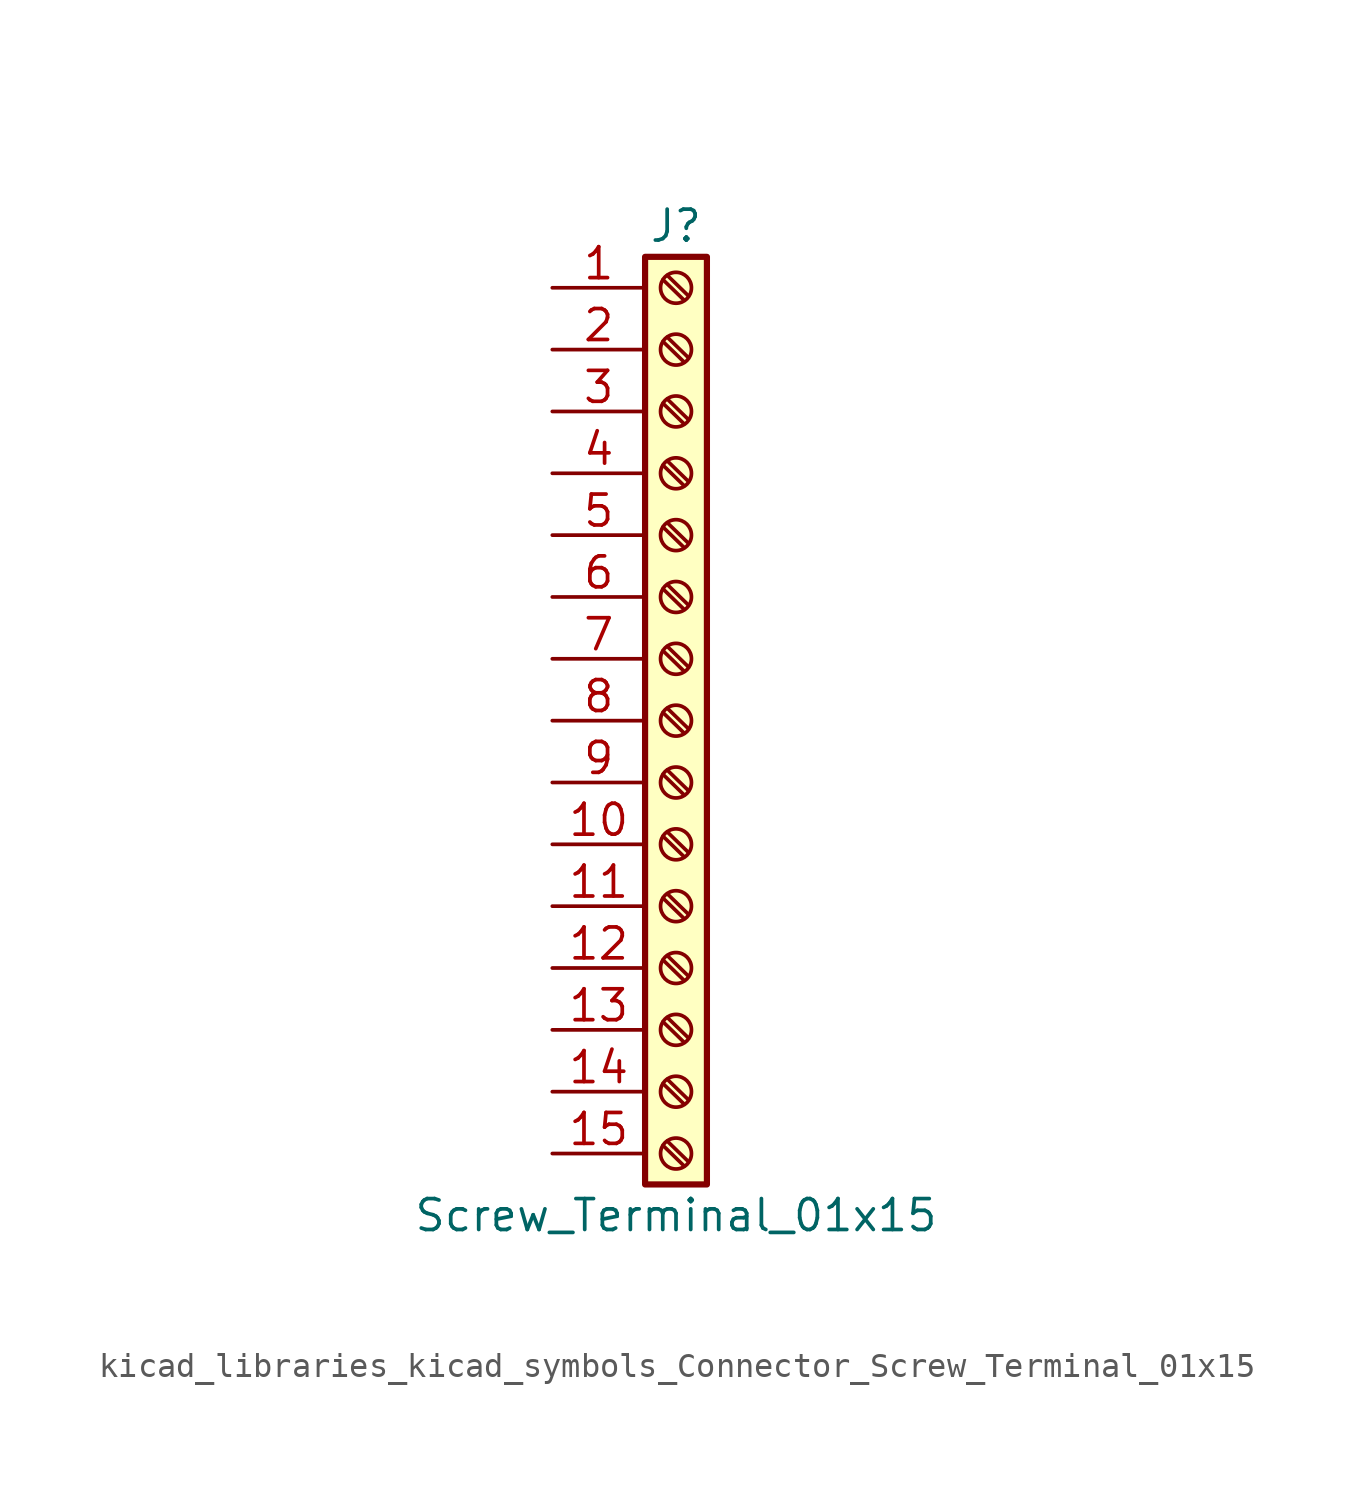
<source format=kicad_sym>
(kicad_symbol_lib
  (version 20220914)
  (generator kicad_symbol_editor)
  (symbol "kicad_libraries_kicad_symbols_Connector_Screw_Terminal_01x15"
    (pin_names
      (offset 1.016) hide)
    (property "Reference" "J"
      (at 0 20.32 0)
      (effects (font (size 1.27 1.27))))
    (property "Value" "Screw_Terminal_01x15"
      (at 0 -20.32 0)
      (effects (font (size 1.27 1.27))))
    (symbol "kicad_libraries_kicad_symbols_Connector_Screw_Terminal_01x15_1_1"
      (rectangle (start -1.27 19.05) (end 1.27 -19.05) (stroke (width 0.254) (type default)) (fill (type background)))
      (circle (center 0 -17.78) (radius 0.635) (stroke (width 0.152) (type default)) (fill (type none)))
      (circle (center 0 -15.24) (radius 0.635) (stroke (width 0.152) (type default)) (fill (type none)))
      (circle (center 0 -12.7) (radius 0.635) (stroke (width 0.152) (type default)) (fill (type none)))
      (circle (center 0 -10.16) (radius 0.635) (stroke (width 0.152) (type default)) (fill (type none)))
      (circle (center 0 -7.62) (radius 0.635) (stroke (width 0.152) (type default)) (fill (type none)))
      (circle (center 0 -5.08) (radius 0.635) (stroke (width 0.152) (type default)) (fill (type none)))
      (circle (center 0 -2.54) (radius 0.635) (stroke (width 0.152) (type default)) (fill (type none)))
      (polyline (pts (xy -0.533 -17.45) (xy 0.33 -18.288)) (stroke (width 0.152) (type default)) (fill (type none)))
      (polyline (pts (xy -0.533 -14.91) (xy 0.33 -15.748)) (stroke (width 0.152) (type default)) (fill (type none)))
      (polyline (pts (xy -0.533 -12.37) (xy 0.33 -13.208)) (stroke (width 0.152) (type default)) (fill (type none)))
      (polyline (pts (xy -0.533 -9.83) (xy 0.33 -10.668)) (stroke (width 0.152) (type default)) (fill (type none)))
      (polyline (pts (xy -0.533 -7.29) (xy 0.33 -8.128)) (stroke (width 0.152) (type default)) (fill (type none)))
      (polyline (pts (xy -0.533 -4.75) (xy 0.33 -5.588)) (stroke (width 0.152) (type default)) (fill (type none)))
      (polyline (pts (xy -0.533 -2.21) (xy 0.33 -3.048)) (stroke (width 0.152) (type default)) (fill (type none)))
      (polyline (pts (xy -0.533 0.33) (xy 0.33 -0.508)) (stroke (width 0.152) (type default)) (fill (type none)))
      (polyline (pts (xy -0.533 2.87) (xy 0.33 2.032)) (stroke (width 0.152) (type default)) (fill (type none)))
      (polyline (pts (xy -0.533 5.41) (xy 0.33 4.572)) (stroke (width 0.152) (type default)) (fill (type none)))
      (polyline (pts (xy -0.533 7.95) (xy 0.33 7.112)) (stroke (width 0.152) (type default)) (fill (type none)))
      (polyline (pts (xy -0.533 10.49) (xy 0.33 9.652)) (stroke (width 0.152) (type default)) (fill (type none)))
      (polyline (pts (xy -0.533 13.03) (xy 0.33 12.192)) (stroke (width 0.152) (type default)) (fill (type none)))
      (polyline (pts (xy -0.533 15.57) (xy 0.33 14.732)) (stroke (width 0.152) (type default)) (fill (type none)))
      (polyline (pts (xy -0.533 18.11) (xy 0.33 17.272)) (stroke (width 0.152) (type default)) (fill (type none)))
      (polyline (pts (xy -0.356 -17.272) (xy 0.508 -18.11)) (stroke (width 0.152) (type default)) (fill (type none)))
      (polyline (pts (xy -0.356 -14.732) (xy 0.508 -15.57)) (stroke (width 0.152) (type default)) (fill (type none)))
      (polyline (pts (xy -0.356 -12.192) (xy 0.508 -13.03)) (stroke (width 0.152) (type default)) (fill (type none)))
      (polyline (pts (xy -0.356 -9.652) (xy 0.508 -10.49)) (stroke (width 0.152) (type default)) (fill (type none)))
      (polyline (pts (xy -0.356 -7.112) (xy 0.508 -7.95)) (stroke (width 0.152) (type default)) (fill (type none)))
      (polyline (pts (xy -0.356 -4.572) (xy 0.508 -5.41)) (stroke (width 0.152) (type default)) (fill (type none)))
      (polyline (pts (xy -0.356 -2.032) (xy 0.508 -2.87)) (stroke (width 0.152) (type default)) (fill (type none)))
      (polyline (pts (xy -0.356 0.508) (xy 0.508 -0.33)) (stroke (width 0.152) (type default)) (fill (type none)))
      (polyline (pts (xy -0.356 3.048) (xy 0.508 2.21)) (stroke (width 0.152) (type default)) (fill (type none)))
      (polyline (pts (xy -0.356 5.588) (xy 0.508 4.75)) (stroke (width 0.152) (type default)) (fill (type none)))
      (polyline (pts (xy -0.356 8.128) (xy 0.508 7.29)) (stroke (width 0.152) (type default)) (fill (type none)))
      (polyline (pts (xy -0.356 10.668) (xy 0.508 9.83)) (stroke (width 0.152) (type default)) (fill (type none)))
      (polyline (pts (xy -0.356 13.208) (xy 0.508 12.37)) (stroke (width 0.152) (type default)) (fill (type none)))
      (polyline (pts (xy -0.356 15.748) (xy 0.508 14.91)) (stroke (width 0.152) (type default)) (fill (type none)))
      (polyline (pts (xy -0.356 18.288) (xy 0.508 17.45)) (stroke (width 0.152) (type default)) (fill (type none)))
      (circle (center 0 0) (radius 0.635) (stroke (width 0.152) (type default)) (fill (type none)))
      (circle (center 0 2.54) (radius 0.635) (stroke (width 0.152) (type default)) (fill (type none)))
      (circle (center 0 5.08) (radius 0.635) (stroke (width 0.152) (type default)) (fill (type none)))
      (circle (center 0 7.62) (radius 0.635) (stroke (width 0.152) (type default)) (fill (type none)))
      (circle (center 0 10.16) (radius 0.635) (stroke (width 0.152) (type default)) (fill (type none)))
      (circle (center 0 12.7) (radius 0.635) (stroke (width 0.152) (type default)) (fill (type none)))
      (circle (center 0 15.24) (radius 0.635) (stroke (width 0.152) (type default)) (fill (type none)))
      (circle (center 0 17.78) (radius 0.635) (stroke (width 0.152) (type default)) (fill (type none)))
      (pin passive line (at -5.08 17.78 0) (length 3.81) (name "Pin_1" (effects (font (size 1.27 1.27)))) (number "1" (effects (font (size 1.27 1.27)))))
      (pin passive line (at -5.08 -5.08 0) (length 3.81) (name "Pin_10" (effects (font (size 1.27 1.27)))) (number "10" (effects (font (size 1.27 1.27)))))
      (pin passive line (at -5.08 -7.62 0) (length 3.81) (name "Pin_11" (effects (font (size 1.27 1.27)))) (number "11" (effects (font (size 1.27 1.27)))))
      (pin passive line (at -5.08 -10.16 0) (length 3.81) (name "Pin_12" (effects (font (size 1.27 1.27)))) (number "12" (effects (font (size 1.27 1.27)))))
      (pin passive line (at -5.08 -12.7 0) (length 3.81) (name "Pin_13" (effects (font (size 1.27 1.27)))) (number "13" (effects (font (size 1.27 1.27)))))
      (pin passive line (at -5.08 -15.24 0) (length 3.81) (name "Pin_14" (effects (font (size 1.27 1.27)))) (number "14" (effects (font (size 1.27 1.27)))))
      (pin passive line (at -5.08 -17.78 0) (length 3.81) (name "Pin_15" (effects (font (size 1.27 1.27)))) (number "15" (effects (font (size 1.27 1.27)))))
      (pin passive line (at -5.08 15.24 0) (length 3.81) (name "Pin_2" (effects (font (size 1.27 1.27)))) (number "2" (effects (font (size 1.27 1.27)))))
      (pin passive line (at -5.08 12.7 0) (length 3.81) (name "Pin_3" (effects (font (size 1.27 1.27)))) (number "3" (effects (font (size 1.27 1.27)))))
      (pin passive line (at -5.08 10.16 0) (length 3.81) (name "Pin_4" (effects (font (size 1.27 1.27)))) (number "4" (effects (font (size 1.27 1.27)))))
      (pin passive line (at -5.08 7.62 0) (length 3.81) (name "Pin_5" (effects (font (size 1.27 1.27)))) (number "5" (effects (font (size 1.27 1.27)))))
      (pin passive line (at -5.08 5.08 0) (length 3.81) (name "Pin_6" (effects (font (size 1.27 1.27)))) (number "6" (effects (font (size 1.27 1.27)))))
      (pin passive line (at -5.08 2.54 0) (length 3.81) (name "Pin_7" (effects (font (size 1.27 1.27)))) (number "7" (effects (font (size 1.27 1.27)))))
      (pin passive line (at -5.08 0 0) (length 3.81) (name "Pin_8" (effects (font (size 1.27 1.27)))) (number "8" (effects (font (size 1.27 1.27)))))
      (pin passive line (at -5.08 -2.54 0) (length 3.81) (name "Pin_9" (effects (font (size 1.27 1.27)))) (number "9" (effects (font (size 1.27 1.27))))))))
</source>
